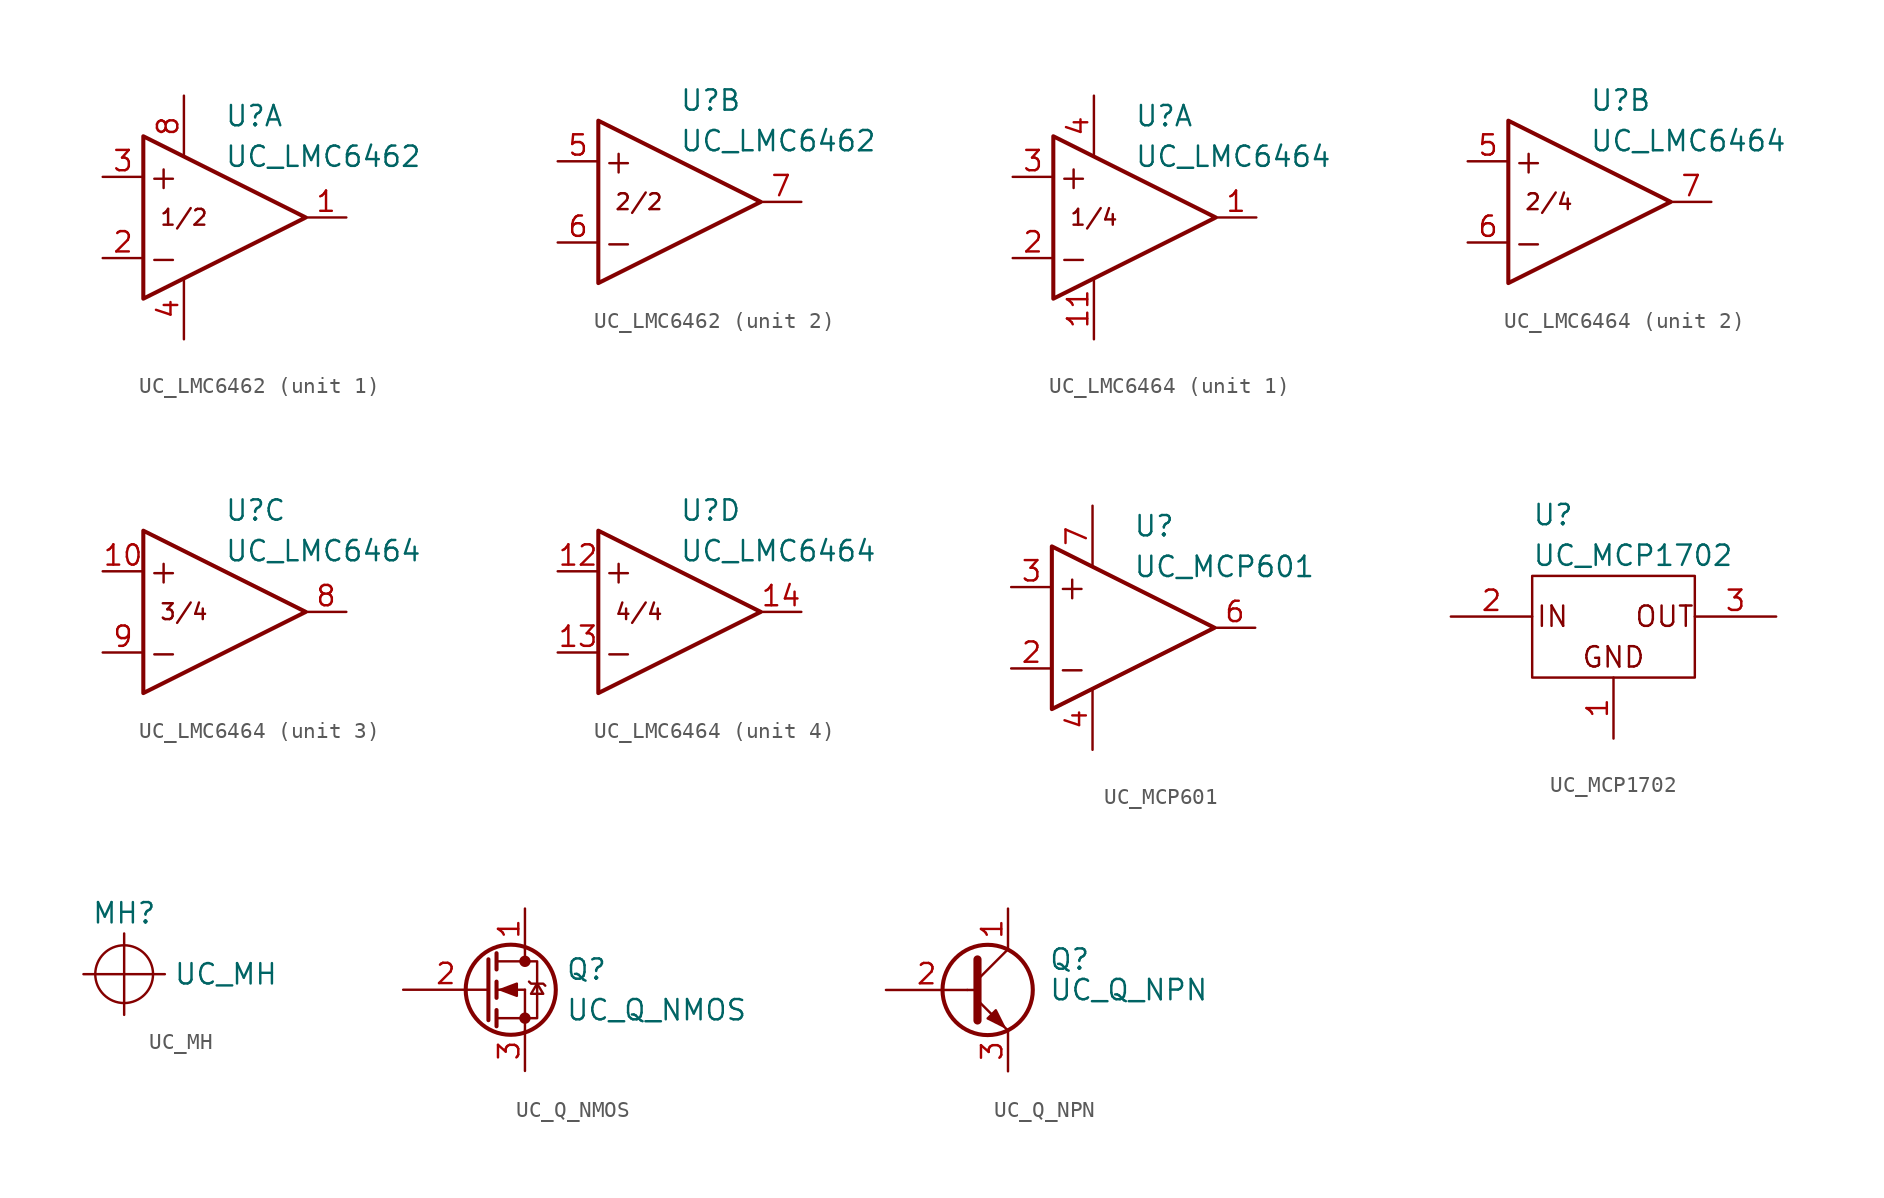
<source format=kicad_sym>
(kicad_symbol_lib
  (version 20220914)
  (generator kicad_symbol_editor)
  (symbol "UC_LMC6462"
    (pin_names hide)
    (property "Reference" "U"
      (at 0 6.35 0)
      (effects (font (size 1.27 1.27)) (justify left)))
    (property "Value" "UC_LMC6462"
      (at 0 3.81 0)
      (effects (font (size 1.27 1.27)) (justify left)))
    (symbol "UC_LMC6462_0_0"
      (text "+" (at -3.81 2.54 0) (effects (font (size 1.524 1.524))))
      (text "-" (at -3.81 -2.54 0) (effects (font (size 1.524 1.524)))))
    (symbol "UC_LMC6462_0_1"
      (polyline (pts (xy -5.08 5.08) (xy 5.08 0) (xy -5.08 -5.08) (xy -5.08 5.08)) (stroke (width 0.254) (type default)) (fill (type none))))
    (symbol "UC_LMC6462_1_1"
      (text "1/2" (at -2.54 0 0) (effects (font (size 0.991 0.991))))
      (pin output line (at 7.62 0 180) (length 2.54) (name "~" (effects (font (size 1.27 1.27)))) (number "1" (effects (font (size 1.27 1.27)))))
      (pin input line (at -7.62 -2.54 0) (length 2.54) (name "-" (effects (font (size 1.27 1.27)))) (number "2" (effects (font (size 1.27 1.27)))))
      (pin input line (at -7.62 2.54 0) (length 2.54) (name "+" (effects (font (size 1.27 1.27)))) (number "3" (effects (font (size 1.27 1.27)))))
      (pin power_in line (at -2.54 -7.62 90) (length 3.81) (name "V-" (effects (font (size 1.27 1.27)))) (number "4" (effects (font (size 1.27 1.27)))))
      (pin power_in line (at -2.54 7.62 270) (length 3.81) (name "V+" (effects (font (size 1.27 1.27)))) (number "8" (effects (font (size 1.27 1.27))))))
    (symbol "UC_LMC6462_2_1"
      (text "2/2" (at -2.54 0 0) (effects (font (size 0.991 0.991))))
      (pin input line (at -7.62 2.54 0) (length 2.54) (name "+" (effects (font (size 1.27 1.27)))) (number "5" (effects (font (size 1.27 1.27)))))
      (pin input line (at -7.62 -2.54 0) (length 2.54) (name "-" (effects (font (size 1.27 1.27)))) (number "6" (effects (font (size 1.27 1.27)))))
      (pin output line (at 7.62 0 180) (length 2.54) (name "~" (effects (font (size 1.27 1.27)))) (number "7" (effects (font (size 1.27 1.27)))))))
  (symbol "UC_LMC6464"
    (pin_names hide)
    (property "Reference" "U"
      (at 0 6.35 0)
      (effects (font (size 1.27 1.27)) (justify left)))
    (property "Value" "UC_LMC6464"
      (at 0 3.81 0)
      (effects (font (size 1.27 1.27)) (justify left)))
    (property "ki_locked" ""
      (at 0 0 0)
      (effects (font (size 1.27 1.27))))
    (symbol "UC_LMC6464_0_0"
      (text "+" (at -3.81 2.54 0) (effects (font (size 1.524 1.524))))
      (text "-" (at -3.81 -2.54 0) (effects (font (size 1.524 1.524)))))
    (symbol "UC_LMC6464_0_1"
      (polyline (pts (xy -5.08 5.08) (xy 5.08 0) (xy -5.08 -5.08) (xy -5.08 5.08)) (stroke (width 0.254) (type default)) (fill (type none))))
    (symbol "UC_LMC6464_1_1"
      (text "1/4" (at -2.54 0 0) (effects (font (size 0.991 0.991))))
      (pin output line (at 7.62 0 180) (length 2.54) (name "~" (effects (font (size 1.27 1.27)))) (number "1" (effects (font (size 1.27 1.27)))))
      (pin power_in line (at -2.54 -7.62 90) (length 3.81) (name "V-" (effects (font (size 1.27 1.27)))) (number "11" (effects (font (size 1.27 1.27)))))
      (pin input line (at -7.62 -2.54 0) (length 2.54) (name "-" (effects (font (size 1.27 1.27)))) (number "2" (effects (font (size 1.27 1.27)))))
      (pin input line (at -7.62 2.54 0) (length 2.54) (name "+" (effects (font (size 1.27 1.27)))) (number "3" (effects (font (size 1.27 1.27)))))
      (pin power_in line (at -2.54 7.62 270) (length 3.81) (name "V+" (effects (font (size 1.27 1.27)))) (number "4" (effects (font (size 1.27 1.27))))))
    (symbol "UC_LMC6464_2_1"
      (text "2/4" (at -2.54 0 0) (effects (font (size 0.991 0.991))))
      (pin input line (at -7.62 2.54 0) (length 2.54) (name "+" (effects (font (size 1.27 1.27)))) (number "5" (effects (font (size 1.27 1.27)))))
      (pin input line (at -7.62 -2.54 0) (length 2.54) (name "-" (effects (font (size 1.27 1.27)))) (number "6" (effects (font (size 1.27 1.27)))))
      (pin output line (at 7.62 0 180) (length 2.54) (name "~" (effects (font (size 1.27 1.27)))) (number "7" (effects (font (size 1.27 1.27))))))
    (symbol "UC_LMC6464_3_1"
      (text "3/4" (at -2.54 0 0) (effects (font (size 0.991 0.991))))
      (pin input line (at -7.62 2.54 0) (length 2.54) (name "+" (effects (font (size 1.27 1.27)))) (number "10" (effects (font (size 1.27 1.27)))))
      (pin output line (at 7.62 0 180) (length 2.54) (name "~" (effects (font (size 1.27 1.27)))) (number "8" (effects (font (size 1.27 1.27)))))
      (pin input line (at -7.62 -2.54 0) (length 2.54) (name "-" (effects (font (size 1.27 1.27)))) (number "9" (effects (font (size 1.27 1.27))))))
    (symbol "UC_LMC6464_4_1"
      (text "4/4" (at -2.54 0 0) (effects (font (size 0.991 0.991))))
      (pin input line (at -7.62 2.54 0) (length 2.54) (name "+" (effects (font (size 1.27 1.27)))) (number "12" (effects (font (size 1.27 1.27)))))
      (pin input line (at -7.62 -2.54 0) (length 2.54) (name "-" (effects (font (size 1.27 1.27)))) (number "13" (effects (font (size 1.27 1.27)))))
      (pin output line (at 7.62 0 180) (length 2.54) (name "~" (effects (font (size 1.27 1.27)))) (number "14" (effects (font (size 1.27 1.27)))))))
  (symbol "UC_MCP601"
    (pin_names
      (offset 0.254) hide)
    (property "Reference" "U"
      (at 0 6.35 0)
      (effects (font (size 1.27 1.27)) (justify left)))
    (property "Value" "UC_MCP601"
      (at 0 3.81 0)
      (effects (font (size 1.27 1.27)) (justify left)))
    (symbol "UC_MCP601_0_0"
      (text "+" (at -3.81 2.54 0) (effects (font (size 1.524 1.524))))
      (text "-" (at -3.81 -2.54 0) (effects (font (size 1.524 1.524)))))
    (symbol "UC_MCP601_0_1"
      (polyline (pts (xy -5.08 5.08) (xy 5.08 0) (xy -5.08 -5.08) (xy -5.08 5.08)) (stroke (width 0.254) (type default)) (fill (type none))))
    (symbol "UC_MCP601_1_1"
      (pin no_connect line (at 1.27 -7.62 90) (length 2.54) hide (name "NC" (effects (font (size 1.27 1.27)))) (number "1" (effects (font (size 1.27 1.27)))))
      (pin input line (at -7.62 -2.54 0) (length 2.54) (name "-" (effects (font (size 1.27 1.27)))) (number "2" (effects (font (size 1.27 1.27)))))
      (pin input line (at -7.62 2.54 0) (length 2.54) (name "+" (effects (font (size 1.27 1.27)))) (number "3" (effects (font (size 1.27 1.27)))))
      (pin power_in line (at -2.54 -7.62 90) (length 3.81) (name "VSS" (effects (font (size 1.27 1.27)))) (number "4" (effects (font (size 1.27 1.27)))))
      (pin no_connect line (at 3.81 -7.62 90) (length 2.54) hide (name "NC" (effects (font (size 1.27 1.27)))) (number "5" (effects (font (size 1.27 1.27)))))
      (pin output line (at 7.62 0 180) (length 2.54) (name "~" (effects (font (size 1.27 1.27)))) (number "6" (effects (font (size 1.27 1.27)))))
      (pin power_in line (at -2.54 7.62 270) (length 3.81) (name "VDD" (effects (font (size 1.27 1.27)))) (number "7" (effects (font (size 1.27 1.27)))))
      (pin no_connect line (at 6.35 -7.62 90) (length 2.54) hide (name "NC" (effects (font (size 1.27 1.27)))) (number "8" (effects (font (size 1.27 1.27)))))))
  (symbol "UC_MCP1702"
    (pin_names hide)
    (property "Reference" "U"
      (at -5.08 6.35 0)
      (effects (font (size 1.27 1.27)) (justify left)))
    (property "Value" "UC_MCP1702"
      (at -5.08 3.81 0)
      (effects (font (size 1.27 1.27)) (justify left)))
    (property "Datasheet" ""
      (at 0 0 0)
      (effects (font (size 1.524 1.524))))
    (symbol "UC_MCP1702_0_0"
      (text "GND" (at 0 -2.54 0) (effects (font (size 1.27 1.27))))
      (text "IN" (at -3.81 0 0) (effects (font (size 1.27 1.27))))
      (text "OUT" (at 1.27 0 0) (effects (font (size 1.27 1.27)) (justify left))))
    (symbol "UC_MCP1702_0_1"
      (rectangle (start -5.08 2.54) (end 5.08 -3.81) (stroke (width 0) (type default)) (fill (type none))))
    (symbol "UC_MCP1702_1_1"
      (pin power_in line (at 0 -7.62 90) (length 3.81) (name "GND" (effects (font (size 1.27 1.27)))) (number "1" (effects (font (size 1.27 1.27)))))
      (pin power_in line (at -10.16 0 0) (length 5.08) (name "IN" (effects (font (size 1.27 1.27)))) (number "2" (effects (font (size 1.27 1.27)))))
      (pin power_out line (at 10.16 0 180) (length 5.08) (name "OUT" (effects (font (size 1.27 1.27)))) (number "3" (effects (font (size 1.27 1.27)))))))
  (symbol "UC_MH"
    (pin_names
      (offset 1.016))
    (property "Reference" "MH"
      (at 0 3.81 0)
      (effects (font (size 1.27 1.27))))
    (property "Value" "UC_MH"
      (at 6.35 0 0)
      (effects (font (size 1.27 1.27))))
    (property "Datasheet" ""
      (at 0 0 0)
      (effects (font (size 1.524 1.524))))
    (symbol "UC_MH_0_1"
      (polyline (pts (xy -2.54 0) (xy 2.54 0)) (stroke (width 0) (type default)) (fill (type none)))
      (polyline (pts (xy 0 2.54) (xy 0 -2.54)) (stroke (width 0) (type default)) (fill (type none)))
      (circle (center 0 0) (radius 1.803) (stroke (width 0) (type default)) (fill (type none)))))
  (symbol "UC_Q_NMOS"
    (pin_names
      (offset 0) hide)
    (property "Reference" "Q"
      (at 5.08 1.27 0)
      (effects (font (size 1.27 1.27)) (justify left)))
    (property "Value" "UC_Q_NMOS"
      (at 5.08 -1.27 0)
      (effects (font (size 1.27 1.27)) (justify left)))
    (symbol "UC_Q_NMOS_0_1"
      (polyline (pts (xy 0.762 -1.778) (xy 2.54 -1.778)) (stroke (width 0) (type default)) (fill (type none)))
      (polyline (pts (xy 0.762 -1.27) (xy 0.762 -2.286)) (stroke (width 0.254) (type default)) (fill (type none)))
      (polyline (pts (xy 0.762 0) (xy 2.54 0)) (stroke (width 0) (type default)) (fill (type none)))
      (polyline (pts (xy 0.762 0.508) (xy 0.762 -0.508)) (stroke (width 0.254) (type default)) (fill (type none)))
      (polyline (pts (xy 0.762 1.778) (xy 2.54 1.778)) (stroke (width 0) (type default)) (fill (type none)))
      (polyline (pts (xy 0.762 2.286) (xy 0.762 1.27)) (stroke (width 0.254) (type default)) (fill (type none)))
      (polyline (pts (xy 2.54 -1.778) (xy 2.54 -2.54)) (stroke (width 0) (type default)) (fill (type none)))
      (polyline (pts (xy 2.54 -1.778) (xy 2.54 0)) (stroke (width 0) (type default)) (fill (type none)))
      (polyline (pts (xy 2.54 2.54) (xy 2.54 1.778)) (stroke (width 0) (type default)) (fill (type none)))
      (polyline (pts (xy 0.254 1.905) (xy 0.254 -1.905) (xy 0.254 -1.905)) (stroke (width 0.254) (type default)) (fill (type none)))
      (polyline (pts (xy 1.016 0) (xy 2.032 0.381) (xy 2.032 -0.381) (xy 1.016 0)) (stroke (width 0) (type default)) (fill (type outline)))
      (polyline (pts (xy 2.54 -1.778) (xy 3.302 -1.778) (xy 3.302 1.778) (xy 2.54 1.778)) (stroke (width 0) (type default)) (fill (type none)))
      (polyline (pts (xy 2.794 0.508) (xy 2.921 0.381) (xy 3.683 0.381) (xy 3.81 0.254)) (stroke (width 0) (type default)) (fill (type none)))
      (polyline (pts (xy 3.302 0.381) (xy 2.921 -0.254) (xy 3.683 -0.254) (xy 3.302 0.381)) (stroke (width 0) (type default)) (fill (type none)))
      (circle (center 1.651 0) (radius 2.819) (stroke (width 0.254) (type default)) (fill (type none)))
      (circle (center 2.54 -1.778) (radius 0.279) (stroke (width 0) (type default)) (fill (type outline)))
      (circle (center 2.54 1.778) (radius 0.279) (stroke (width 0) (type default)) (fill (type outline))))
    (symbol "UC_Q_NMOS_1_1"
      (pin passive line (at 2.54 5.08 270) (length 2.54) (name "D" (effects (font (size 1.27 1.27)))) (number "1" (effects (font (size 1.27 1.27)))))
      (pin input line (at -5.08 0 0) (length 5.334) (name "G" (effects (font (size 1.27 1.27)))) (number "2" (effects (font (size 1.27 1.27)))))
      (pin passive line (at 2.54 -5.08 90) (length 2.54) (name "S" (effects (font (size 1.27 1.27)))) (number "3" (effects (font (size 1.27 1.27)))))))
  (symbol "UC_Q_NPN"
    (pin_names
      (offset 0) hide)
    (property "Reference" "Q"
      (at 5.08 1.905 0)
      (effects (font (size 1.27 1.27)) (justify left)))
    (property "Value" "UC_Q_NPN"
      (at 5.08 0 0)
      (effects (font (size 1.27 1.27)) (justify left)))
    (symbol "UC_Q_NPN_0_1"
      (polyline (pts (xy 0 0) (xy 0.635 0)) (stroke (width 0) (type default)) (fill (type none)))
      (polyline (pts (xy 0.635 0.635) (xy 2.54 2.54)) (stroke (width 0) (type default)) (fill (type none)))
      (polyline (pts (xy 0.635 -0.635) (xy 2.54 -2.54) (xy 2.54 -2.54)) (stroke (width 0) (type default)) (fill (type none)))
      (polyline (pts (xy 0.635 1.905) (xy 0.635 -1.905) (xy 0.635 -1.905)) (stroke (width 0.508) (type default)) (fill (type none)))
      (polyline (pts (xy 1.27 -1.778) (xy 1.778 -1.27) (xy 2.286 -2.286) (xy 1.27 -1.778) (xy 1.27 -1.778)) (stroke (width 0) (type default)) (fill (type outline)))
      (circle (center 1.27 0) (radius 2.819) (stroke (width 0.254) (type default)) (fill (type none))))
    (symbol "UC_Q_NPN_1_1"
      (pin passive line (at 2.54 5.08 270) (length 2.54) (name "C" (effects (font (size 1.27 1.27)))) (number "1" (effects (font (size 1.27 1.27)))))
      (pin input line (at -5.08 0 0) (length 5.08) (name "B" (effects (font (size 1.27 1.27)))) (number "2" (effects (font (size 1.27 1.27)))))
      (pin passive line (at 2.54 -5.08 90) (length 2.54) (name "E" (effects (font (size 1.27 1.27)))) (number "3" (effects (font (size 1.27 1.27))))))))
</source>
